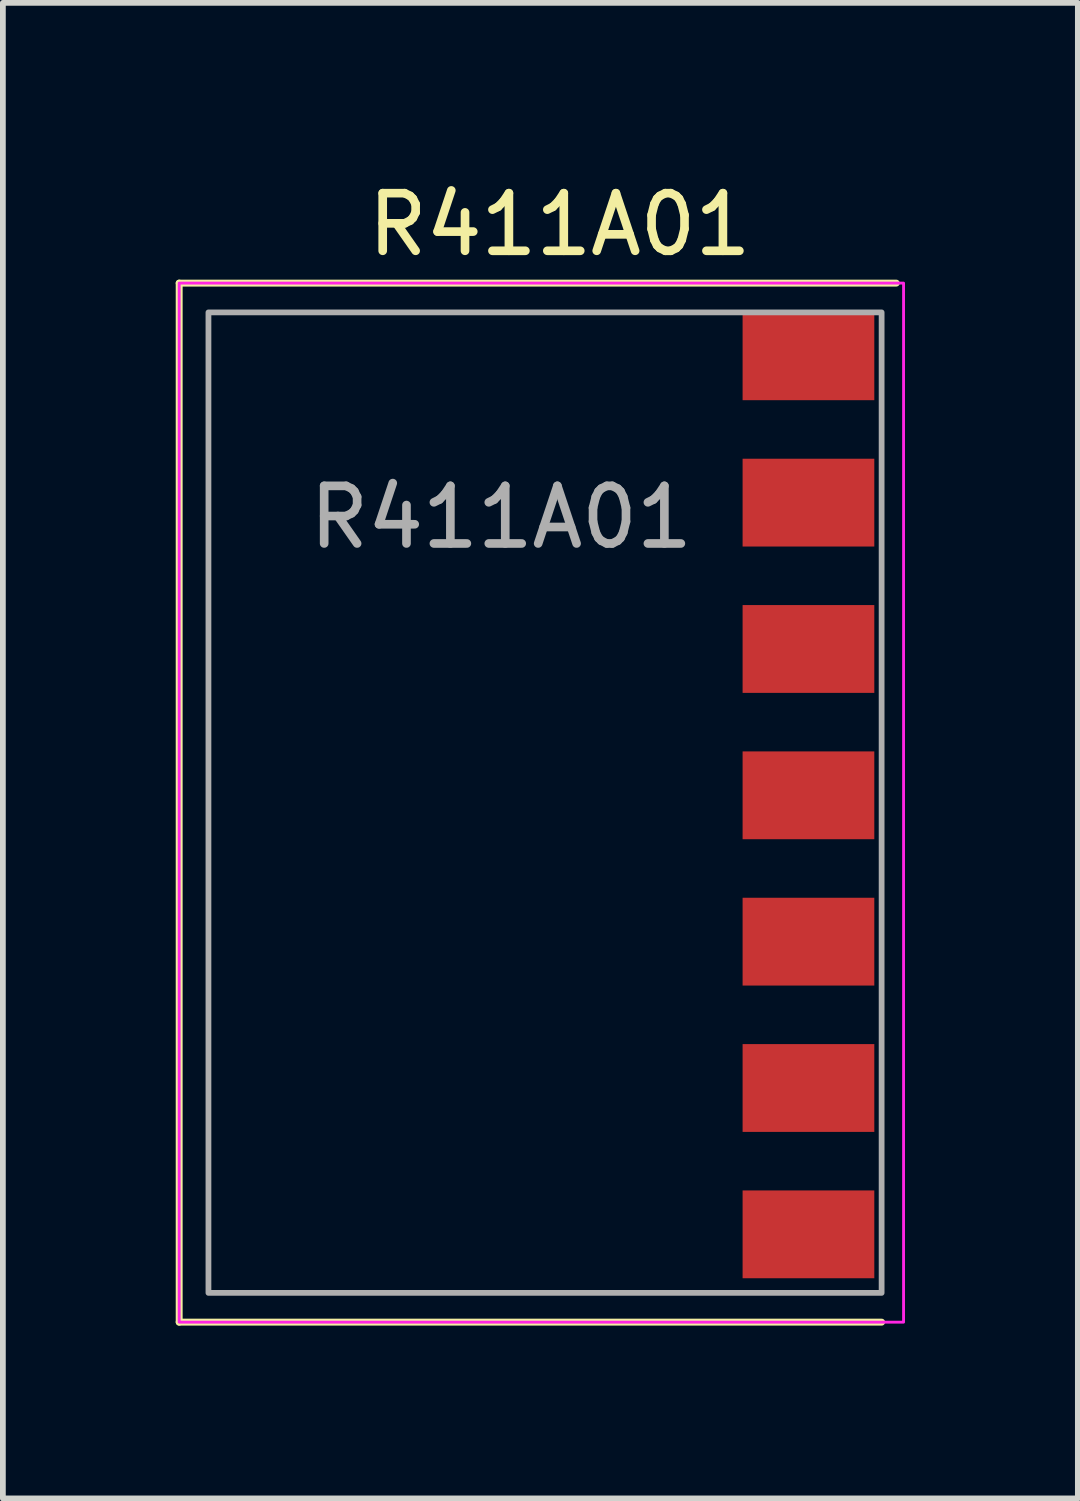
<source format=kicad_pcb>
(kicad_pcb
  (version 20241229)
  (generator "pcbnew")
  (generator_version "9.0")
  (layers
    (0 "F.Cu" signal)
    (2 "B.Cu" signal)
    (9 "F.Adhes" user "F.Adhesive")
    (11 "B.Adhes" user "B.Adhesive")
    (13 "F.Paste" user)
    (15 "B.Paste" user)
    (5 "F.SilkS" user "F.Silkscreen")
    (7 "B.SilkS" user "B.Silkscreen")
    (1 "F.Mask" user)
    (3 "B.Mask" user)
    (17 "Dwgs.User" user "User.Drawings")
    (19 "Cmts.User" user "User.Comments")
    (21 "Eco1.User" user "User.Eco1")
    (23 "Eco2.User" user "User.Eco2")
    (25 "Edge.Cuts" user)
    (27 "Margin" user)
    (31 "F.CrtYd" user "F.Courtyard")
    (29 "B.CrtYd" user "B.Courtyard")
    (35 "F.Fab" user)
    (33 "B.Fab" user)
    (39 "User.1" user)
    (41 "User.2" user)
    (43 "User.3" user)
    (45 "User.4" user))
  (footprint "R411A01"
    (layer "F.Cu")
    (at 0.568 2.372)
    (property "Reference" "R411A01" (at 6.096 -1.524 0) (unlocked yes) (layer "F.SilkS") (effects (font (size 1 1) (thickness 0.15))))
    (attr smd)
    (fp_line (start -0.508 -0.508) (end -0.508 17.526) (stroke (width 0.12) (type solid)) (layer "F.SilkS"))
    (fp_line (start -0.508 17.526) (end 11.684 17.526) (stroke (width 0.12) (type solid)) (layer "F.SilkS"))
    (fp_line (start 11.938 -0.508) (end -0.508 -0.508) (stroke (width 0.12) (type solid)) (layer "F.SilkS"))
    (fp_rect (start -0.508 -0.508) (end 12.065 17.526) (stroke (width 0.05) (type solid)) (fill no) (layer "F.CrtYd"))
    (fp_rect (start 11.684 0) (end 0 17.018) (stroke (width 0.1) (type solid)) (fill no) (layer "F.Fab"))
    (fp_text user "${REFERENCE}" (at 5.08 3.556 0) (unlocked yes) (layer "F.Fab") (effects (font (size 1 1) (thickness 0.15))))
    (pad "1" smd rect (at 10.414 0.762) (size 2.286 1.524) (layers "F.Cu" "F.Mask" "F.Paste"))
    (pad "2" smd rect (at 10.414 3.302) (size 2.286 1.524) (layers "F.Cu" "F.Mask" "F.Paste"))
    (pad "3" smd rect (at 10.414 5.842) (size 2.286 1.524) (layers "F.Cu" "F.Mask" "F.Paste"))
    (pad "4" smd rect (at 10.414 8.382) (size 2.286 1.524) (layers "F.Cu" "F.Mask" "F.Paste"))
    (pad "5" smd rect (at 10.414 10.922) (size 2.286 1.524) (layers "F.Cu" "F.Mask" "F.Paste"))
    (pad "6" smd rect (at 10.414 13.462) (size 2.286 1.524) (layers "F.Cu" "F.Mask" "F.Paste"))
    (pad "7" smd rect (at 10.414 16.002) (size 2.286 1.524) (layers "F.Cu" "F.Mask" "F.Paste")))
  (gr_rect
    (start -3 -3)
    (end 15.658 22.958)
    (stroke (width 0.1) (type default))
    (fill no)
    (layer "Edge.Cuts")))
</source>
